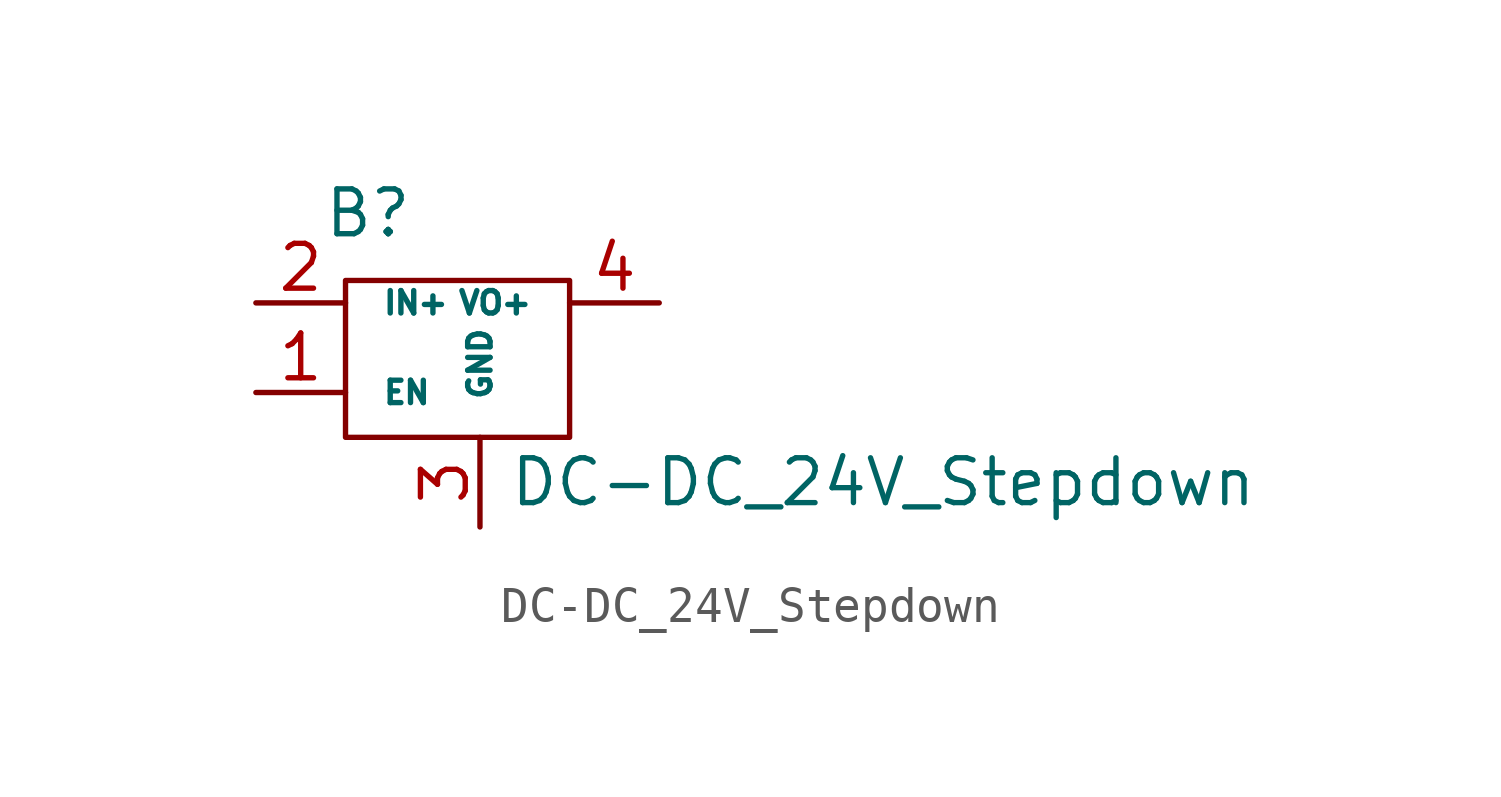
<source format=kicad_sym>
(kicad_symbol_lib
  (version 20220914)
  (generator kicad_symbol_editor)
  (symbol "DC-DC_24V_Stepdown"
    (pin_names
      (offset 1.016))
    (property "Reference" "B"
      (at -1.905 3.81 0)
      (effects (font (size 1.27 1.27))))
    (property "Value" "DC-DC_24V_Stepdown"
      (at 12.7 -3.81 0)
      (effects (font (size 1.27 1.27))))
    (symbol "DC-DC_24V_Stepdown_0_1"
      (rectangle (start -2.54 1.905) (end 3.81 -2.54) (stroke (width 0) (type solid)) (fill (type none))))
    (symbol "DC-DC_24V_Stepdown_1_1"
      (pin input line (at -5.08 -1.27 0) (length 2.54) (name "EN" (effects (font (size 0.635 0.635)))) (number "1" (effects (font (size 1.27 1.27)))))
      (pin power_in line (at -5.08 1.27 0) (length 2.54) (name "IN+" (effects (font (size 0.635 0.635)))) (number "2" (effects (font (size 1.27 1.27)))))
      (pin power_in line (at 1.27 -5.08 90) (length 2.54) (name "GND" (effects (font (size 0.635 0.635)))) (number "3" (effects (font (size 1.27 1.27)))))
      (pin power_in line (at 6.35 1.27 180) (length 2.54) (name "VO+" (effects (font (size 0.635 0.635)))) (number "4" (effects (font (size 1.27 1.27))))))))
</source>
